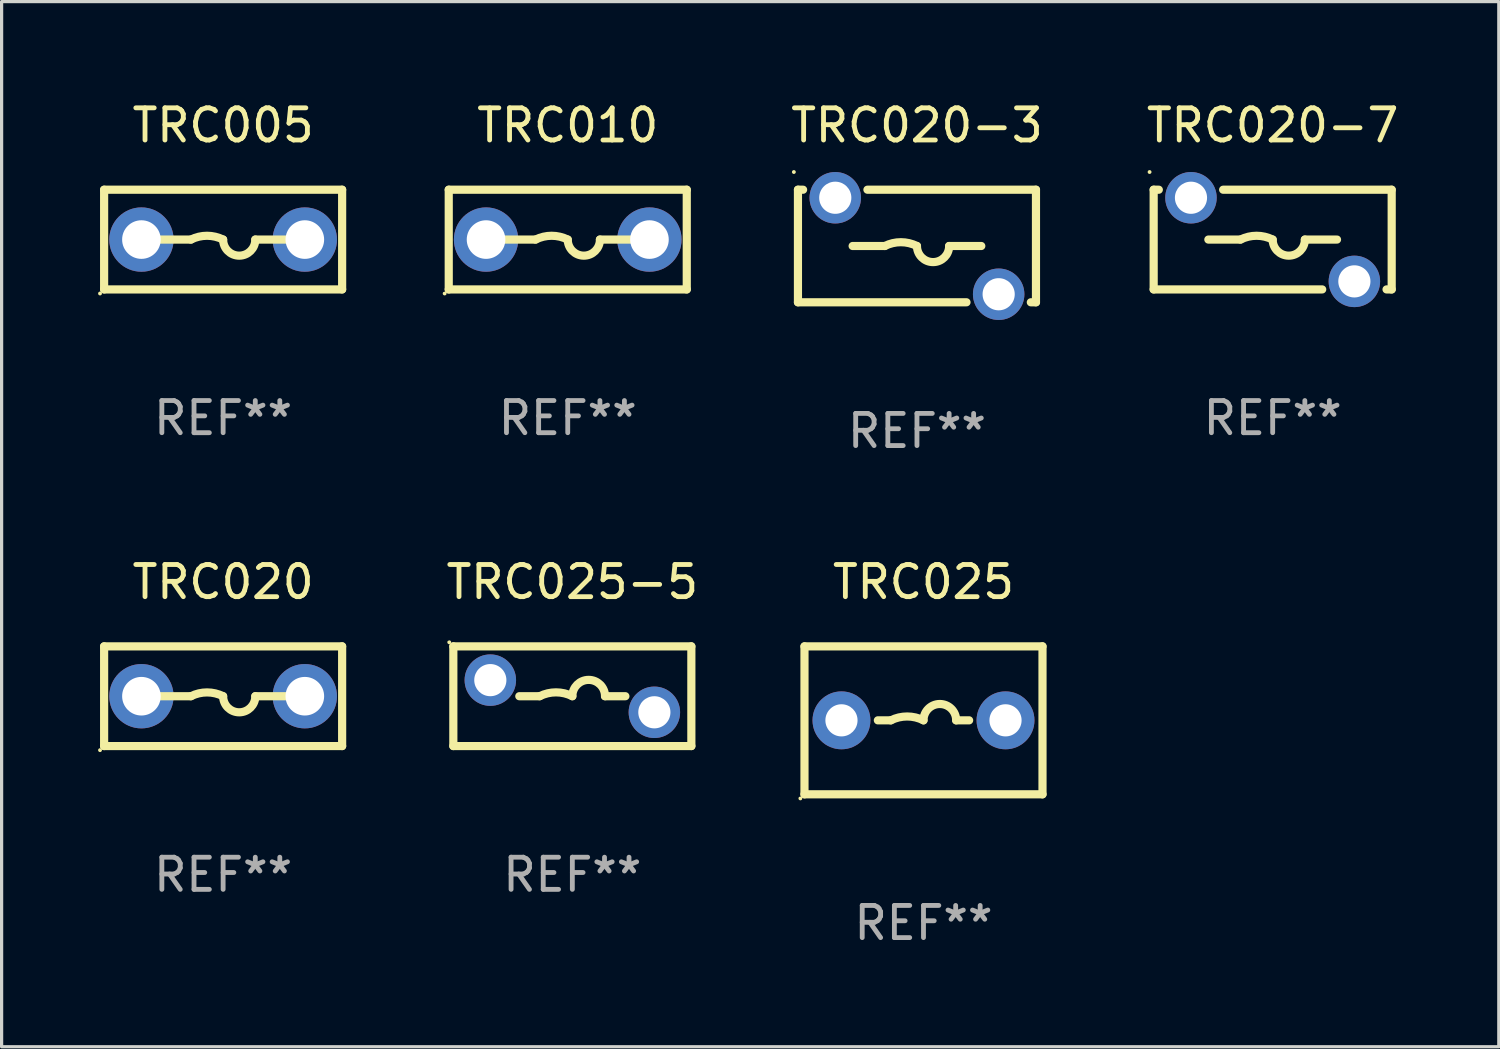
<source format=kicad_pcb>
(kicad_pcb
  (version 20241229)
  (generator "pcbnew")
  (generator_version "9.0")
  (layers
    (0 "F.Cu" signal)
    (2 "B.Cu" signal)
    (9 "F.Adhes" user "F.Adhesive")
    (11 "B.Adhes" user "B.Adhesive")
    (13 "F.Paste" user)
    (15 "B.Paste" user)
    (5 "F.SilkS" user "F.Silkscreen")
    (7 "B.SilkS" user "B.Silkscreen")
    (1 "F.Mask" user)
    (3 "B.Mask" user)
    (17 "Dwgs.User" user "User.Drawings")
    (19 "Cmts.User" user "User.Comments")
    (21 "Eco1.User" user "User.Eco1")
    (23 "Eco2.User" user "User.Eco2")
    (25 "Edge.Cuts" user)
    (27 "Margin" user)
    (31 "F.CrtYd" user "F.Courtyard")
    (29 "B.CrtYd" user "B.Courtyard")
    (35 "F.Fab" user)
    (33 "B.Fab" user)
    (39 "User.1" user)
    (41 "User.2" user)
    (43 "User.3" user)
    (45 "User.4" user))
  (footprint "TRC020-7"
    (layer "F.Cu")
    (at 36.517 4.398)
    (property "Reference" "TRC020-7" (at 0 -3.55 0) (layer "F.SilkS") (effects (font (size 1 1) (thickness 0.15))))
    (attr through_hole)
    (fp_line (start -3.7 -1.55) (end -3.54 -1.55) (stroke (width 0.254) (type solid)) (layer "F.SilkS"))
    (fp_line (start -3.7 1.55) (end -3.7 -1.55) (stroke (width 0.254) (type solid)) (layer "F.SilkS"))
    (fp_line (start -3.7 1.55) (end 1.54 1.55) (stroke (width 0.254) (type solid)) (layer "F.SilkS"))
    (fp_line (start -1.54 -1.55) (end 3.7 -1.55) (stroke (width 0.254) (type solid)) (layer "F.SilkS"))
    (fp_line (start -1 0) (end -2 0) (stroke (width 0.254) (type solid)) (layer "F.SilkS"))
    (fp_line (start 1 0) (end 2 0) (stroke (width 0.254) (type solid)) (layer "F.SilkS"))
    (fp_line (start 3.54 1.55) (end 3.7 1.55) (stroke (width 0.254) (type solid)) (layer "F.SilkS"))
    (fp_line (start 3.7 -1.55) (end 3.7 1.55) (stroke (width 0.254) (type solid)) (layer "F.SilkS"))
    (fp_arc (start -1.000762 0) (mid -0.500381 -0.118151) (end 0 0) (stroke (width 0.254001) (type solid)) (layer "F.SilkS"))
    (fp_arc (start 1.000762 0) (mid 0.500381 0.500127) (end 0 0) (stroke (width 0.254001) (type solid)) (layer "F.SilkS"))
    (fp_circle (center -3.827 -2.1) (end -3.797 -2.1) (stroke (width 0.06) (type solid)) (fill no) (layer "F.SilkS"))
    (fp_text user "REF**" (at 0 5.55 0) (layer "F.Fab") (effects (font (size 1 1) (thickness 0.15))))
    (pad "1" thru_hole circle (at -2.54 -1.3) (size 1.6 1.6) (drill 1) (layers "*.Cu" "*.Mask"))
    (pad "2" thru_hole circle (at 2.54 1.3) (size 1.6 1.6) (drill 1) (layers "*.Cu" "*.Mask")))
  (footprint "TRC010"
    (layer "F.Cu")
    (at 14.601 4.398)
    (property "Reference" "TRC010" (at 0 -3.55 0) (layer "F.SilkS") (effects (font (size 1 1) (thickness 0.15))))
    (attr through_hole)
    (fp_line (start -3.7 -1.55) (end 3.7 -1.55) (stroke (width 0.254) (type solid)) (layer "F.SilkS"))
    (fp_line (start -3.7 1.55) (end -3.7 -1.55) (stroke (width 0.254) (type solid)) (layer "F.SilkS"))
    (fp_line (start -1 0) (end -2 0) (stroke (width 0.254) (type solid)) (layer "F.SilkS"))
    (fp_line (start 1 0) (end 2 0) (stroke (width 0.254) (type solid)) (layer "F.SilkS"))
    (fp_line (start 3.7 -1.55) (end 3.7 1.55) (stroke (width 0.254) (type solid)) (layer "F.SilkS"))
    (fp_line (start 3.7 1.55) (end -3.7 1.55) (stroke (width 0.254) (type solid)) (layer "F.SilkS"))
    (fp_arc (start -1.000762 0) (mid -0.500381 -0.118151) (end 0 0) (stroke (width 0.254001) (type solid)) (layer "F.SilkS"))
    (fp_arc (start 1.000762 0) (mid 0.500381 0.500127) (end 0 0) (stroke (width 0.254001) (type solid)) (layer "F.SilkS"))
    (fp_circle (center -3.827 1.677) (end -3.797 1.677) (stroke (width 0.06) (type solid)) (fill no) (layer "F.SilkS"))
    (fp_text user "REF**" (at 0 5.55 0) (layer "F.Fab") (effects (font (size 1 1) (thickness 0.15))))
    (pad "1" thru_hole circle (at -2.54 0) (size 2 2) (drill 1.2) (layers "*.Cu" "*.Mask"))
    (pad "2" thru_hole circle (at 2.54 0) (size 2 2) (drill 1.2) (layers "*.Cu" "*.Mask")))
  (footprint "TRC005"
    (layer "F.Cu")
    (at 3.887 4.398)
    (property "Reference" "TRC005" (at 0 -3.55 0) (layer "F.SilkS") (effects (font (size 1 1) (thickness 0.15))))
    (attr through_hole)
    (fp_line (start -3.7 -1.55) (end 3.7 -1.55) (stroke (width 0.254) (type solid)) (layer "F.SilkS"))
    (fp_line (start -3.7 1.55) (end -3.7 -1.55) (stroke (width 0.254) (type solid)) (layer "F.SilkS"))
    (fp_line (start -1 0) (end -2 0) (stroke (width 0.254) (type solid)) (layer "F.SilkS"))
    (fp_line (start 1 0) (end 2 0) (stroke (width 0.254) (type solid)) (layer "F.SilkS"))
    (fp_line (start 3.7 -1.55) (end 3.7 1.55) (stroke (width 0.254) (type solid)) (layer "F.SilkS"))
    (fp_line (start 3.7 1.55) (end -3.7 1.55) (stroke (width 0.254) (type solid)) (layer "F.SilkS"))
    (fp_arc (start -1.000762 0) (mid -0.500381 -0.118151) (end 0 0) (stroke (width 0.254001) (type solid)) (layer "F.SilkS"))
    (fp_arc (start 1.000762 0) (mid 0.500381 0.500127) (end 0 0) (stroke (width 0.254001) (type solid)) (layer "F.SilkS"))
    (fp_circle (center -3.827 1.677) (end -3.797 1.677) (stroke (width 0.06) (type solid)) (fill no) (layer "F.SilkS"))
    (fp_text user "REF**" (at 0 5.55 0) (layer "F.Fab") (effects (font (size 1 1) (thickness 0.15))))
    (pad "1" thru_hole circle (at -2.54 0) (size 2 2) (drill 1.2) (layers "*.Cu" "*.Mask"))
    (pad "2" thru_hole circle (at 2.54 0) (size 2 2) (drill 1.2) (layers "*.Cu" "*.Mask")))
  (footprint "TRC020-3"
    (layer "F.Cu")
    (at 25.458 4.598)
    (property "Reference" "TRC020-3" (at 0 -3.75 0) (layer "F.SilkS") (effects (font (size 1 1) (thickness 0.15))))
    (attr through_hole)
    (fp_line (start -3.7 -1.75) (end -3.54 -1.75) (stroke (width 0.254) (type solid)) (layer "F.SilkS"))
    (fp_line (start -3.7 1.75) (end -3.7 -1.75) (stroke (width 0.254) (type solid)) (layer "F.SilkS"))
    (fp_line (start -3.7 1.75) (end 1.54 1.75) (stroke (width 0.254) (type solid)) (layer "F.SilkS"))
    (fp_line (start -1.54 -1.75) (end 3.7 -1.75) (stroke (width 0.254) (type solid)) (layer "F.SilkS"))
    (fp_line (start -1 0) (end -2 0) (stroke (width 0.254) (type solid)) (layer "F.SilkS"))
    (fp_line (start 1 0) (end 2 0) (stroke (width 0.254) (type solid)) (layer "F.SilkS"))
    (fp_line (start 3.54 1.75) (end 3.7 1.75) (stroke (width 0.254) (type solid)) (layer "F.SilkS"))
    (fp_line (start 3.7 -1.75) (end 3.7 1.75) (stroke (width 0.254) (type solid)) (layer "F.SilkS"))
    (fp_arc (start -1.000762 0) (mid -0.500381 -0.118151) (end 0 0) (stroke (width 0.254001) (type solid)) (layer "F.SilkS"))
    (fp_arc (start 1.000762 0) (mid 0.500381 0.500127) (end 0 0) (stroke (width 0.254001) (type solid)) (layer "F.SilkS"))
    (fp_circle (center -3.827 -2.3) (end -3.797 -2.3) (stroke (width 0.06) (type solid)) (fill no) (layer "F.SilkS"))
    (fp_text user "REF**" (at 0 5.75 0) (layer "F.Fab") (effects (font (size 1 1) (thickness 0.15))))
    (pad "1" thru_hole circle (at -2.54 -1.5) (size 1.6 1.6) (drill 1) (layers "*.Cu" "*.Mask"))
    (pad "2" thru_hole circle (at 2.54 1.5) (size 1.6 1.6) (drill 1) (layers "*.Cu" "*.Mask")))
  (footprint "TRC025-5"
    (layer "F.Cu")
    (at 14.744 18.595)
    (property "Reference" "TRC025-5" (at 0 -3.55 0) (layer "F.SilkS") (effects (font (size 1 1) (thickness 0.15))))
    (attr through_hole)
    (fp_line (start -3.7 -1.55) (end 3.7 -1.55) (stroke (width 0.254) (type solid)) (layer "F.SilkS"))
    (fp_line (start -3.7 1.55) (end -3.7 -1.55) (stroke (width 0.254) (type solid)) (layer "F.SilkS"))
    (fp_line (start -1.649 0) (end -1.016 0) (stroke (width 0.254) (type solid)) (layer "F.SilkS"))
    (fp_line (start 1.649 0) (end 1.016 0) (stroke (width 0.254) (type solid)) (layer "F.SilkS"))
    (fp_line (start 3.7 -1.55) (end 3.7 1.55) (stroke (width 0.254) (type solid)) (layer "F.SilkS"))
    (fp_line (start 3.7 1.55) (end -3.7 1.55) (stroke (width 0.254) (type solid)) (layer "F.SilkS"))
    (fp_arc (start -1.016002 0) (mid -0.508001 -0.119923) (end 0 0) (stroke (width 0.254001) (type solid)) (layer "F.SilkS"))
    (fp_arc (start 0 0) (mid 0.508001 -0.508001) (end 1.016002 0) (stroke (width 0.254001) (type solid)) (layer "F.SilkS"))
    (fp_circle (center -3.827 -1.677) (end -3.797 -1.677) (stroke (width 0.06) (type solid)) (fill no) (layer "F.SilkS"))
    (fp_text user "REF**" (at 0 5.55 0) (layer "F.Fab") (effects (font (size 1 1) (thickness 0.15))))
    (pad "1" thru_hole circle (at -2.55 -0.5) (size 1.6 1.6) (drill 1) (layers "*.Cu" "*.Mask"))
    (pad "2" thru_hole circle (at 2.55 0.5) (size 1.6 1.6) (drill 1) (layers "*.Cu" "*.Mask")))
  (footprint "TRC020"
    (layer "F.Cu")
    (at 3.887 18.595)
    (property "Reference" "TRC020" (at 0 -3.55 0) (layer "F.SilkS") (effects (font (size 1 1) (thickness 0.15))))
    (attr through_hole)
    (fp_line (start -3.7 -1.55) (end 3.7 -1.55) (stroke (width 0.254) (type solid)) (layer "F.SilkS"))
    (fp_line (start -3.7 1.55) (end -3.7 -1.55) (stroke (width 0.254) (type solid)) (layer "F.SilkS"))
    (fp_line (start -1 0) (end -2 0) (stroke (width 0.254) (type solid)) (layer "F.SilkS"))
    (fp_line (start 1 0) (end 2 0) (stroke (width 0.254) (type solid)) (layer "F.SilkS"))
    (fp_line (start 3.7 -1.55) (end 3.7 1.55) (stroke (width 0.254) (type solid)) (layer "F.SilkS"))
    (fp_line (start 3.7 1.55) (end -3.7 1.55) (stroke (width 0.254) (type solid)) (layer "F.SilkS"))
    (fp_arc (start -1.000762 0) (mid -0.500381 -0.118151) (end 0 0) (stroke (width 0.254001) (type solid)) (layer "F.SilkS"))
    (fp_arc (start 1.000762 0) (mid 0.500381 0.500127) (end 0 0) (stroke (width 0.254001) (type solid)) (layer "F.SilkS"))
    (fp_circle (center -3.827 1.677) (end -3.797 1.677) (stroke (width 0.06) (type solid)) (fill no) (layer "F.SilkS"))
    (fp_text user "REF**" (at 0 5.55 0) (layer "F.Fab") (effects (font (size 1 1) (thickness 0.15))))
    (pad "1" thru_hole circle (at -2.54 0) (size 2 2) (drill 1.2) (layers "*.Cu" "*.Mask"))
    (pad "2" thru_hole circle (at 2.54 0) (size 2 2) (drill 1.2) (layers "*.Cu" "*.Mask")))
  (footprint "TRC025"
    (layer "F.Cu")
    (at 25.661 19.345)
    (property "Reference" "TRC025" (at 0 -4.3 0) (layer "F.SilkS") (effects (font (size 1 1) (thickness 0.15))))
    (attr through_hole)
    (fp_line (start -3.7 -2.3) (end 3.7 -2.3) (stroke (width 0.254) (type solid)) (layer "F.SilkS"))
    (fp_line (start -3.7 2.3) (end -3.7 -2.3) (stroke (width 0.254) (type solid)) (layer "F.SilkS"))
    (fp_line (start -1.419 0) (end -1.016 0) (stroke (width 0.254) (type solid)) (layer "F.SilkS"))
    (fp_line (start 1.419 0) (end 1.016 0) (stroke (width 0.254) (type solid)) (layer "F.SilkS"))
    (fp_line (start 3.7 -2.3) (end 3.7 2.3) (stroke (width 0.254) (type solid)) (layer "F.SilkS"))
    (fp_line (start 3.7 2.3) (end -3.7 2.3) (stroke (width 0.254) (type solid)) (layer "F.SilkS"))
    (fp_arc (start -1.016002 0) (mid -0.508001 -0.119923) (end 0 0) (stroke (width 0.254001) (type solid)) (layer "F.SilkS"))
    (fp_arc (start 0 0) (mid 0.508001 -0.508001) (end 1.016002 0) (stroke (width 0.254001) (type solid)) (layer "F.SilkS"))
    (fp_circle (center -3.827 2.427) (end -3.797 2.427) (stroke (width 0.06) (type solid)) (fill no) (layer "F.SilkS"))
    (fp_text user "REF**" (at 0 6.3 0) (layer "F.Fab") (effects (font (size 1 1) (thickness 0.15))))
    (pad "1" thru_hole circle (at -2.55 0) (size 1.8 1.8) (drill 1) (layers "*.Cu" "*.Mask"))
    (pad "2" thru_hole circle (at 2.55 0) (size 1.8 1.8) (drill 1) (layers "*.Cu" "*.Mask")))
  (gr_rect
    (start -3 -3)
    (end 43.547 29.493)
    (stroke (width 0.1) (type default))
    (fill no)
    (layer "Edge.Cuts")))
</source>
